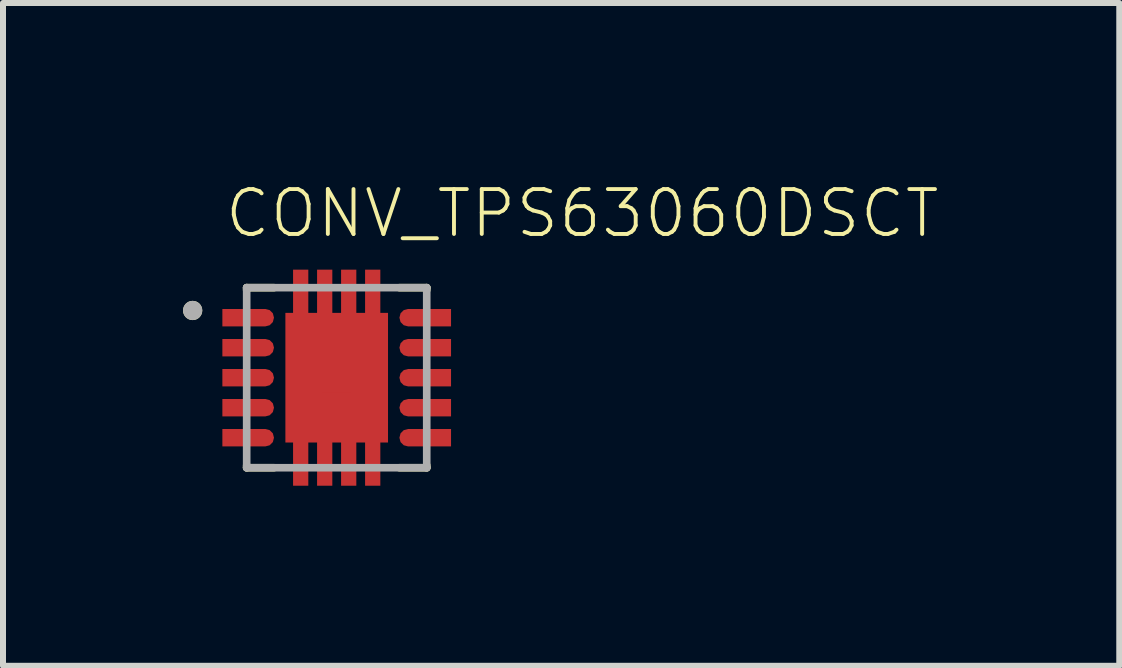
<source format=kicad_pcb>
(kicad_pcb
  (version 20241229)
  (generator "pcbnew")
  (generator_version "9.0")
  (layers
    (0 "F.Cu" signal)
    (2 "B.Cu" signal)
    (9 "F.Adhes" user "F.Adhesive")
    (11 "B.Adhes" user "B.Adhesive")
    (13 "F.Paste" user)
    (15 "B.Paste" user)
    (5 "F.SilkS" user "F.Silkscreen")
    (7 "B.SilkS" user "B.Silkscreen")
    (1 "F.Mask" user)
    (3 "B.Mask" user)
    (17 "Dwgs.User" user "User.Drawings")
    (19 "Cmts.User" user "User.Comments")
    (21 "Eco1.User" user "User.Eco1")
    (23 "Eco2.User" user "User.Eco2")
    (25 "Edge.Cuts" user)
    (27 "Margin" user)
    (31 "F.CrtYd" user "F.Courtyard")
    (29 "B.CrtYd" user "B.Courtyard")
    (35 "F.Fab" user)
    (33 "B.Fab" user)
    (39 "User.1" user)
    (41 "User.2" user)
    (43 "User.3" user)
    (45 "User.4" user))
  (footprint "CONV_TPS63060DSCT"
    (layer "F.Cu")
    (at 2.56 3.243)
    (property "Reference" "CONV_TPS63060DSCT" (at -1.9 -2.3 0) (layer "F.SilkS") (effects (font (size 0.748 0.748) (thickness 0.065)) (justify left bottom)))
    (fp_poly (pts (xy 0.855 1.08) (xy -0.855 1.08) (xy -0.855 -1.08) (xy 0.855 -1.08)) (stroke (width 0) (type default)) (fill yes) (layer "F.Cu"))
    (fp_poly (pts (xy -1.117 -1.126) (xy -1.064 -1.073) (xy -1.045 -1) (xy -1.064 -0.927) (xy -1.117 -0.874) (xy -1.189 -0.855) (xy -1.905 -0.855) (xy -1.905 -1.145) (xy -1.189 -1.145)) (stroke (width 0) (type default)) (fill yes) (layer "F.Cu"))
    (fp_poly (pts (xy -1.117 -0.626) (xy -1.064 -0.573) (xy -1.045 -0.5) (xy -1.064 -0.427) (xy -1.117 -0.374) (xy -1.189 -0.355) (xy -1.905 -0.355) (xy -1.905 -0.645) (xy -1.189 -0.645)) (stroke (width 0) (type default)) (fill yes) (layer "F.Cu"))
    (fp_poly (pts (xy -1.117 -0.126) (xy -1.064 -0.073) (xy -1.045 0) (xy -1.064 0.073) (xy -1.117 0.126) (xy -1.189 0.145) (xy -1.905 0.145) (xy -1.905 -0.145) (xy -1.189 -0.145)) (stroke (width 0) (type default)) (fill yes) (layer "F.Cu"))
    (fp_poly (pts (xy -1.117 0.374) (xy -1.064 0.427) (xy -1.045 0.5) (xy -1.064 0.573) (xy -1.117 0.626) (xy -1.189 0.645) (xy -1.905 0.645) (xy -1.905 0.355) (xy -1.189 0.355)) (stroke (width 0) (type default)) (fill yes) (layer "F.Cu"))
    (fp_poly (pts (xy -1.117 0.874) (xy -1.064 0.927) (xy -1.045 1) (xy -1.064 1.073) (xy -1.117 1.126) (xy -1.189 1.145) (xy -1.905 1.145) (xy -1.905 0.855) (xy -1.189 0.855)) (stroke (width 0) (type default)) (fill yes) (layer "F.Cu"))
    (fp_poly (pts (xy 1.905 -0.855) (xy 1.189 -0.855) (xy 1.117 -0.874) (xy 1.064 -0.927) (xy 1.045 -1) (xy 1.064 -1.073) (xy 1.117 -1.126) (xy 1.189 -1.145) (xy 1.905 -1.145)) (stroke (width 0) (type default)) (fill yes) (layer "F.Cu"))
    (fp_poly (pts (xy 1.905 -0.355) (xy 1.189 -0.355) (xy 1.117 -0.374) (xy 1.064 -0.427) (xy 1.045 -0.5) (xy 1.064 -0.573) (xy 1.117 -0.626) (xy 1.189 -0.645) (xy 1.905 -0.645)) (stroke (width 0) (type default)) (fill yes) (layer "F.Cu"))
    (fp_poly (pts (xy 1.905 0.145) (xy 1.189 0.145) (xy 1.117 0.126) (xy 1.064 0.073) (xy 1.045 0) (xy 1.064 -0.073) (xy 1.117 -0.126) (xy 1.189 -0.145) (xy 1.905 -0.145)) (stroke (width 0) (type default)) (fill yes) (layer "F.Cu"))
    (fp_poly (pts (xy 1.905 0.645) (xy 1.189 0.645) (xy 1.117 0.626) (xy 1.064 0.573) (xy 1.045 0.5) (xy 1.064 0.427) (xy 1.117 0.374) (xy 1.189 0.355) (xy 1.905 0.355)) (stroke (width 0) (type default)) (fill yes) (layer "F.Cu"))
    (fp_poly (pts (xy 1.905 1.145) (xy 1.189 1.145) (xy 1.117 1.126) (xy 1.064 1.073) (xy 1.045 1) (xy 1.064 0.927) (xy 1.117 0.874) (xy 1.189 0.855) (xy 1.905 0.855)) (stroke (width 0) (type default)) (fill yes) (layer "F.Cu"))
    (fp_poly (pts (xy 0.902 1.156) (xy -0.902 1.156) (xy -0.902 -1.156) (xy 0.902 -1.156)) (stroke (width 0) (type default)) (fill yes) (layer "F.Mask"))
    (fp_poly (pts (xy -1.038 -1.153) (xy -0.991 -1.082) (xy -0.975 -0.999) (xy -1.037 -0.848) (xy -1.108 -0.801) (xy -1.19 -0.785) (xy -1.975 -0.785) (xy -1.975 -1.215) (xy -1.189 -1.215)) (stroke (width 0) (type default)) (fill yes) (layer "F.Mask"))
    (fp_poly (pts (xy -1.038 -0.653) (xy -0.991 -0.582) (xy -0.975 -0.499) (xy -1.037 -0.348) (xy -1.108 -0.301) (xy -1.19 -0.285) (xy -1.975 -0.285) (xy -1.975 -0.715) (xy -1.189 -0.715)) (stroke (width 0) (type default)) (fill yes) (layer "F.Mask"))
    (fp_poly (pts (xy -1.038 -0.153) (xy -0.991 -0.082) (xy -0.975 0.001) (xy -1.037 0.152) (xy -1.108 0.199) (xy -1.19 0.215) (xy -1.975 0.215) (xy -1.975 -0.215) (xy -1.189 -0.215)) (stroke (width 0) (type default)) (fill yes) (layer "F.Mask"))
    (fp_poly (pts (xy -1.038 0.347) (xy -0.991 0.418) (xy -0.975 0.501) (xy -1.037 0.652) (xy -1.108 0.699) (xy -1.19 0.715) (xy -1.975 0.715) (xy -1.975 0.285) (xy -1.189 0.285)) (stroke (width 0) (type default)) (fill yes) (layer "F.Mask"))
    (fp_poly (pts (xy -1.038 0.847) (xy -0.991 0.918) (xy -0.975 1.001) (xy -1.037 1.152) (xy -1.108 1.199) (xy -1.19 1.215) (xy -1.975 1.215) (xy -1.975 0.785) (xy -1.189 0.785)) (stroke (width 0) (type default)) (fill yes) (layer "F.Mask"))
    (fp_poly (pts (xy 1.975 -0.785) (xy 1.19 -0.785) (xy 1.108 -0.801) (xy 1.037 -0.848) (xy 0.975 -0.999) (xy 0.991 -1.082) (xy 1.038 -1.153) (xy 1.189 -1.215) (xy 1.975 -1.215)) (stroke (width 0) (type default)) (fill yes) (layer "F.Mask"))
    (fp_poly (pts (xy 1.975 -0.285) (xy 1.19 -0.285) (xy 1.108 -0.301) (xy 1.037 -0.348) (xy 0.975 -0.499) (xy 0.991 -0.582) (xy 1.038 -0.653) (xy 1.189 -0.715) (xy 1.975 -0.715)) (stroke (width 0) (type default)) (fill yes) (layer "F.Mask"))
    (fp_poly (pts (xy 1.975 0.215) (xy 1.19 0.215) (xy 1.108 0.199) (xy 1.037 0.152) (xy 0.975 0.001) (xy 0.991 -0.082) (xy 1.038 -0.153) (xy 1.189 -0.215) (xy 1.975 -0.215)) (stroke (width 0) (type default)) (fill yes) (layer "F.Mask"))
    (fp_poly (pts (xy 1.975 0.715) (xy 1.19 0.715) (xy 1.108 0.699) (xy 1.037 0.652) (xy 0.975 0.501) (xy 0.991 0.418) (xy 1.038 0.347) (xy 1.189 0.285) (xy 1.975 0.285)) (stroke (width 0) (type default)) (fill yes) (layer "F.Mask"))
    (fp_poly (pts (xy 1.975 1.215) (xy 1.19 1.215) (xy 1.108 1.199) (xy 1.037 1.152) (xy 0.975 1.001) (xy 0.991 0.918) (xy 1.038 0.847) (xy 1.189 0.785) (xy 1.975 0.785)) (stroke (width 0) (type default)) (fill yes) (layer "F.Mask"))
    (fp_line (start -1.5 -1.5) (end -1.5 -1.46) (stroke (width 0.127) (type solid)) (layer "F.SilkS"))
    (fp_line (start -1.5 -1.5) (end -1.045 -1.5) (stroke (width 0.127) (type solid)) (layer "F.SilkS"))
    (fp_line (start -1.5 1.5) (end -1.5 1.46) (stroke (width 0.127) (type solid)) (layer "F.SilkS"))
    (fp_line (start -1.5 1.5) (end -1.045 1.5) (stroke (width 0.127) (type solid)) (layer "F.SilkS"))
    (fp_line (start 1.045 -1.5) (end 1.5 -1.5) (stroke (width 0.127) (type solid)) (layer "F.SilkS"))
    (fp_line (start 1.045 1.5) (end 1.5 1.5) (stroke (width 0.127) (type solid)) (layer "F.SilkS"))
    (fp_line (start 1.5 -1.5) (end 1.5 -1.46) (stroke (width 0.127) (type solid)) (layer "F.SilkS"))
    (fp_line (start 1.5 1.5) (end 1.5 1.46) (stroke (width 0.127) (type solid)) (layer "F.SilkS"))
    (fp_circle (center -2.4 -1.12) (end -2.32 -1.12) (stroke (width 0.16) (type solid)) (fill no) (layer "F.SilkS"))
    (fp_poly (pts (xy -0.76 -0.11) (xy -0.11 -0.11) (xy -0.11 -1.01) (xy -0.76 -1.01)) (stroke (width 0) (type default)) (fill yes) (layer "F.Paste"))
    (fp_poly (pts (xy -0.76 1.01) (xy -0.11 1.01) (xy -0.11 0.11) (xy -0.76 0.11)) (stroke (width 0) (type default)) (fill yes) (layer "F.Paste"))
    (fp_poly (pts (xy -0.715 -1.16) (xy -0.485 -1.16) (xy -0.485 -1.76) (xy -0.715 -1.76)) (stroke (width 0) (type default)) (fill yes) (layer "F.Paste"))
    (fp_poly (pts (xy -0.715 1.76) (xy -0.485 1.76) (xy -0.485 1.16) (xy -0.715 1.16)) (stroke (width 0) (type default)) (fill yes) (layer "F.Paste"))
    (fp_poly (pts (xy -0.315 -1.16) (xy -0.085 -1.16) (xy -0.085 -1.76) (xy -0.315 -1.76)) (stroke (width 0) (type default)) (fill yes) (layer "F.Paste"))
    (fp_poly (pts (xy -0.315 1.76) (xy -0.085 1.76) (xy -0.085 1.16) (xy -0.315 1.16)) (stroke (width 0) (type default)) (fill yes) (layer "F.Paste"))
    (fp_poly (pts (xy 0.085 -1.16) (xy 0.315 -1.16) (xy 0.315 -1.76) (xy 0.085 -1.76)) (stroke (width 0) (type default)) (fill yes) (layer "F.Paste"))
    (fp_poly (pts (xy 0.085 1.76) (xy 0.315 1.76) (xy 0.315 1.16) (xy 0.085 1.16)) (stroke (width 0) (type default)) (fill yes) (layer "F.Paste"))
    (fp_poly (pts (xy 0.11 -0.11) (xy 0.76 -0.11) (xy 0.76 -1.01) (xy 0.11 -1.01)) (stroke (width 0) (type default)) (fill yes) (layer "F.Paste"))
    (fp_poly (pts (xy 0.11 1.01) (xy 0.76 1.01) (xy 0.76 0.11) (xy 0.11 0.11)) (stroke (width 0) (type default)) (fill yes) (layer "F.Paste"))
    (fp_poly (pts (xy 0.485 -1.16) (xy 0.715 -1.16) (xy 0.715 -1.76) (xy 0.485 -1.76)) (stroke (width 0) (type default)) (fill yes) (layer "F.Paste"))
    (fp_poly (pts (xy 0.485 1.76) (xy 0.715 1.76) (xy 0.715 1.16) (xy 0.485 1.16)) (stroke (width 0) (type default)) (fill yes) (layer "F.Paste"))
    (fp_poly (pts (xy -1.147 -1.109) (xy -1.094 -1.065) (xy -1.07 -1) (xy -1.094 -0.935) (xy -1.147 -0.891) (xy -1.215 -0.88) (xy -1.88 -0.88) (xy -1.88 -1.12) (xy -1.215 -1.12)) (stroke (width 0) (type default)) (fill yes) (layer "F.Paste"))
    (fp_poly (pts (xy -1.147 -0.609) (xy -1.094 -0.565) (xy -1.07 -0.5) (xy -1.094 -0.435) (xy -1.147 -0.391) (xy -1.215 -0.38) (xy -1.88 -0.38) (xy -1.88 -0.62) (xy -1.215 -0.62)) (stroke (width 0) (type default)) (fill yes) (layer "F.Paste"))
    (fp_poly (pts (xy -1.147 -0.109) (xy -1.094 -0.065) (xy -1.07 0) (xy -1.094 0.065) (xy -1.147 0.109) (xy -1.215 0.12) (xy -1.88 0.12) (xy -1.88 -0.12) (xy -1.215 -0.12)) (stroke (width 0) (type default)) (fill yes) (layer "F.Paste"))
    (fp_poly (pts (xy -1.147 0.391) (xy -1.094 0.435) (xy -1.07 0.5) (xy -1.094 0.565) (xy -1.147 0.609) (xy -1.215 0.62) (xy -1.88 0.62) (xy -1.88 0.38) (xy -1.215 0.38)) (stroke (width 0) (type default)) (fill yes) (layer "F.Paste"))
    (fp_poly (pts (xy -1.147 0.891) (xy -1.094 0.935) (xy -1.07 1) (xy -1.094 1.065) (xy -1.147 1.109) (xy -1.215 1.12) (xy -1.88 1.12) (xy -1.88 0.88) (xy -1.215 0.88)) (stroke (width 0) (type default)) (fill yes) (layer "F.Paste"))
    (fp_poly (pts (xy 1.88 -0.88) (xy 1.215 -0.88) (xy 1.147 -0.891) (xy 1.094 -0.935) (xy 1.07 -1) (xy 1.094 -1.065) (xy 1.147 -1.109) (xy 1.215 -1.12) (xy 1.88 -1.12)) (stroke (width 0) (type default)) (fill yes) (layer "F.Paste"))
    (fp_poly (pts (xy 1.88 -0.38) (xy 1.215 -0.38) (xy 1.147 -0.391) (xy 1.094 -0.435) (xy 1.07 -0.5) (xy 1.094 -0.565) (xy 1.147 -0.609) (xy 1.215 -0.62) (xy 1.88 -0.62)) (stroke (width 0) (type default)) (fill yes) (layer "F.Paste"))
    (fp_poly (pts (xy 1.88 0.12) (xy 1.215 0.12) (xy 1.147 0.109) (xy 1.094 0.065) (xy 1.07 0) (xy 1.094 -0.065) (xy 1.147 -0.109) (xy 1.215 -0.12) (xy 1.88 -0.12)) (stroke (width 0) (type default)) (fill yes) (layer "F.Paste"))
    (fp_poly (pts (xy 1.88 0.62) (xy 1.215 0.62) (xy 1.147 0.609) (xy 1.094 0.565) (xy 1.07 0.5) (xy 1.094 0.435) (xy 1.147 0.391) (xy 1.215 0.38) (xy 1.88 0.38)) (stroke (width 0) (type default)) (fill yes) (layer "F.Paste"))
    (fp_poly (pts (xy 1.88 1.12) (xy 1.215 1.12) (xy 1.147 1.109) (xy 1.094 1.065) (xy 1.07 1) (xy 1.094 0.935) (xy 1.147 0.891) (xy 1.215 0.88) (xy 1.88 0.88)) (stroke (width 0) (type default)) (fill yes) (layer "F.Paste"))
    (fp_line (start -1.5 -1.5) (end 1.5 -1.5) (stroke (width 0.127) (type solid)) (layer "F.Fab"))
    (fp_line (start -1.5 1.5) (end -1.5 -1.5) (stroke (width 0.127) (type solid)) (layer "F.Fab"))
    (fp_line (start 1.5 -1.5) (end 1.5 1.5) (stroke (width 0.127) (type solid)) (layer "F.Fab"))
    (fp_line (start 1.5 1.5) (end -1.5 1.5) (stroke (width 0.127) (type solid)) (layer "F.Fab"))
    (fp_circle (center -2.4 -1.12) (end -2.32 -1.12) (stroke (width 0.16) (type solid)) (fill no) (layer "F.Fab"))
    (pad "1" smd rect (at -1.475 -1) (size 0.5 0.2) (layers "F.Cu"))
    (pad "2" smd rect (at -1.475 -0.5) (size 0.5 0.2) (layers "F.Cu"))
    (pad "3" smd rect (at -1.475 0) (size 0.5 0.2) (layers "F.Cu"))
    (pad "4" smd rect (at -1.475 0.5) (size 0.5 0.2) (layers "F.Cu"))
    (pad "5" smd rect (at -1.475 1) (size 0.5 0.2) (layers "F.Cu"))
    (pad "6" smd rect (at 1.475 1 180) (size 0.5 0.2) (layers "F.Cu"))
    (pad "7" smd rect (at 1.475 0.5 180) (size 0.5 0.2) (layers "F.Cu"))
    (pad "8" smd rect (at 1.475 0 180) (size 0.5 0.2) (layers "F.Cu"))
    (pad "9" smd rect (at 1.475 -0.5 180) (size 0.5 0.2) (layers "F.Cu"))
    (pad "10" smd rect (at 1.475 -1 180) (size 0.5 0.2) (layers "F.Cu"))
    (pad "11" smd rect (at 0 0) (size 0.5 0.5) (layers "F.Cu"))
    (pad "12" smd rect (at -0.6 -1.4) (size 0.254 0.8) (layers "F.Cu" "F.Mask" "F.Paste"))
    (pad "13" smd rect (at -0.2 -1.4) (size 0.254 0.8) (layers "F.Cu" "F.Mask" "F.Paste"))
    (pad "14" smd rect (at 0.2 -1.4) (size 0.254 0.8) (layers "F.Cu" "F.Mask" "F.Paste"))
    (pad "15" smd rect (at 0.6 -1.4) (size 0.254 0.8) (layers "F.Cu" "F.Mask" "F.Paste"))
    (pad "16" smd rect (at -0.6 1.4) (size 0.254 0.8) (layers "F.Cu" "F.Mask" "F.Paste"))
    (pad "17" smd rect (at -0.2 1.4) (size 0.254 0.8) (layers "F.Cu" "F.Mask" "F.Paste"))
    (pad "18" smd rect (at 0.2 1.4) (size 0.254 0.8) (layers "F.Cu" "F.Mask" "F.Paste"))
    (pad "19" smd rect (at 0.6 1.4) (size 0.254 0.8) (layers "F.Cu" "F.Mask" "F.Paste")))
  (gr_rect
    (start -3 -3)
    (end 15.599 8.043)
    (stroke (width 0.1) (type default))
    (fill no)
    (layer "Edge.Cuts")))
</source>
